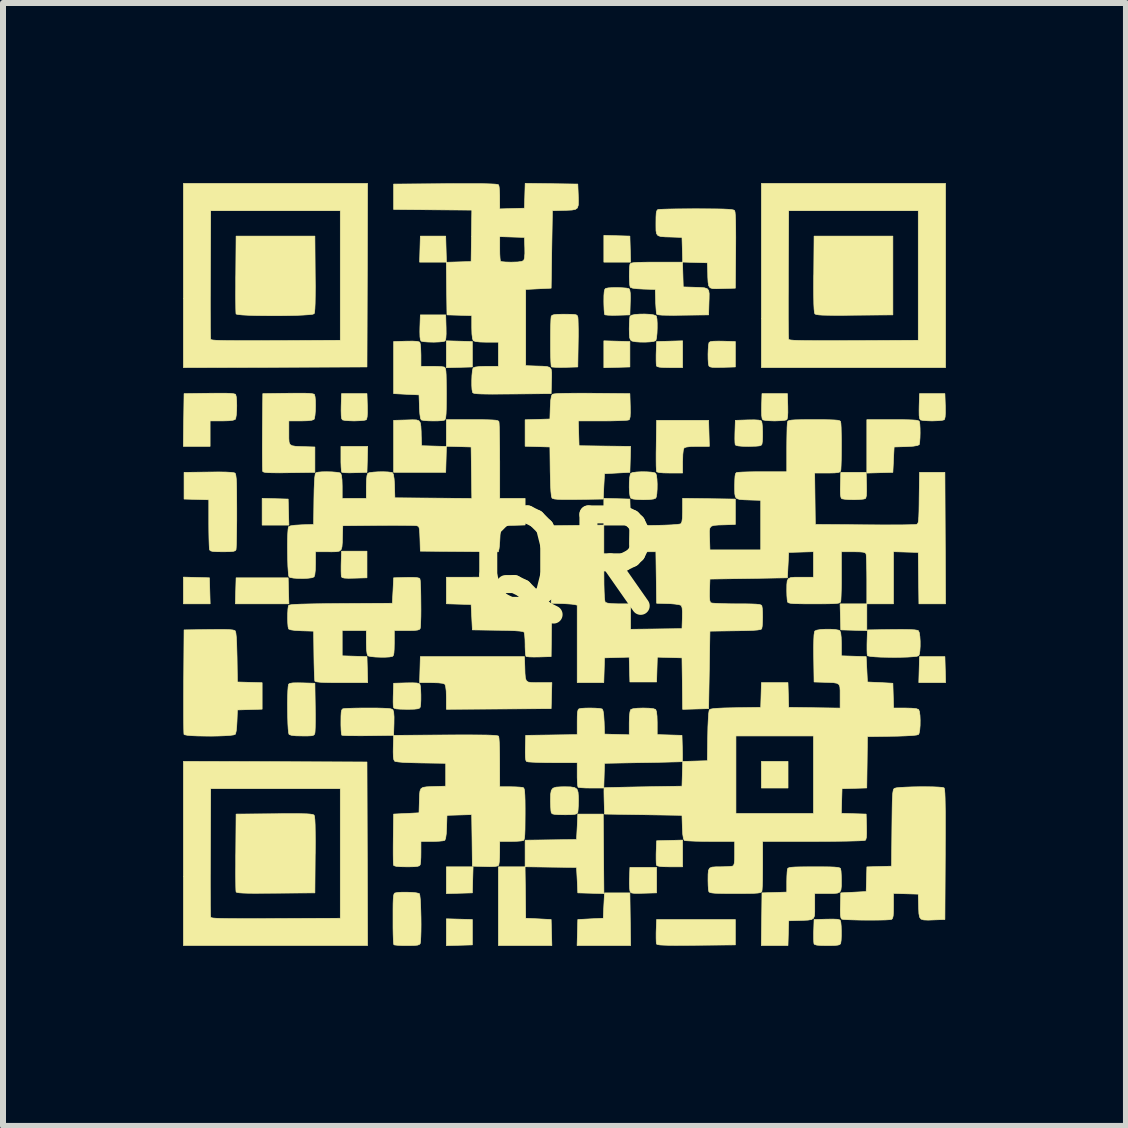
<source format=kicad_pcb>
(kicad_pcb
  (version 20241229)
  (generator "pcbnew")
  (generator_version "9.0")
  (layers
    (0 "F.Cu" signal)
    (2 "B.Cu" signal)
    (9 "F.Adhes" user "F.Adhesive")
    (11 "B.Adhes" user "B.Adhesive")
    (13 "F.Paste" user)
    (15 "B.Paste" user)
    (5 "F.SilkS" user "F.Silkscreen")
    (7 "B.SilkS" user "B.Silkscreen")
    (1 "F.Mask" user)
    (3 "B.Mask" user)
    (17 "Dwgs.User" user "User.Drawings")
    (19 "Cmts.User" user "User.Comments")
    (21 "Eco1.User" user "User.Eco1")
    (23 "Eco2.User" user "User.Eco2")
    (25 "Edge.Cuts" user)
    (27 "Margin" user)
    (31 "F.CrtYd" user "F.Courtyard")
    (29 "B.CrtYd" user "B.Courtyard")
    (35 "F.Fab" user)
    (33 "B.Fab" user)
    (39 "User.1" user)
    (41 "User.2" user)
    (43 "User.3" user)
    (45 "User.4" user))
  (footprint "QR"
    (layer "F.Cu")
    (at 6.356 6.356)
    (property "Reference" "QR" (at 0 0 0) (layer "F.SilkS") (effects (font (size 1.524 1.524) (thickness 0.3))))
    (attr through_hole)
    (fp_poly (pts (xy -4.592 0.656) (xy -5.484 0.656) (xy -5.472 0.222) (xy -4.604 0.222) (xy -4.592 0.656)) (stroke (width 0.01) (type solid)) (fill yes) (layer "F.SilkS"))
    (fp_poly (pts (xy -1.535 5.916) (xy -1.535 6.339) (xy -1.968 6.351) (xy -1.968 5.904) (xy -1.535 5.916)) (stroke (width 0.01) (type solid)) (fill yes) (layer "F.SilkS"))
    (fp_poly (pts (xy -0.656 5.037) (xy -0.656 5.038) (xy -0.657 5.038) (xy -0.657 5.037) (xy -0.656 5.037)) (stroke (width 0.01) (type solid)) (fill yes) (layer "F.SilkS"))
    (fp_poly (pts (xy 1.97 -5.039) (xy 1.97 -5.038) (xy 1.967 -5.038) (xy 1.967 -5.039) (xy 1.97 -5.039)) (stroke (width 0.01) (type solid)) (fill yes) (layer "F.SilkS"))
    (fp_poly (pts (xy 3.725 3.725) (xy 3.281 3.725) (xy 3.281 3.281) (xy 3.725 3.281) (xy 3.725 3.725)) (stroke (width 0.01) (type solid)) (fill yes) (layer "F.SilkS"))
    (fp_poly (pts (xy -6.133 0.216) (xy -5.916 0.222) (xy -5.904 0.656) (xy -6.35 0.656) (xy -6.35 0.21) (xy -6.133 0.216)) (stroke (width 0.01) (type solid)) (fill yes) (layer "F.SilkS"))
    (fp_poly (pts (xy -1.752 -3.721) (xy -1.535 -3.715) (xy -1.535 -3.291) (xy -1.968 -3.279) (xy -1.968 -3.727) (xy -1.752 -3.721)) (stroke (width 0.01) (type solid)) (fill yes) (layer "F.SilkS"))
    (fp_poly (pts (xy -1.529 5.255) (xy -1.535 5.472) (xy -1.968 5.484) (xy -1.968 5.038) (xy -1.523 5.038) (xy -1.529 5.255)) (stroke (width 0.01) (type solid)) (fill yes) (layer "F.SilkS"))
    (fp_poly (pts (xy 5.038 1.102) (xy 4.604 1.09) (xy 4.598 0.873) (xy 4.592 0.656) (xy 5.038 0.656) (xy 5.038 1.102)) (stroke (width 0.01) (type solid)) (fill yes) (layer "F.SilkS"))
    (fp_poly (pts (xy -4.821 -1.096) (xy -4.604 -1.09) (xy -4.598 -0.873) (xy -4.592 -0.656) (xy -5.038 -0.656) (xy -5.038 -1.102) (xy -4.821 -1.096)) (stroke (width 0.01) (type solid)) (fill yes) (layer "F.SilkS"))
    (fp_poly (pts (xy 0.873 -5.478) (xy 1.09 -5.472) (xy 1.096 -5.255) (xy 1.102 -5.038) (xy 0.656 -5.038) (xy 0.656 -5.484) (xy 0.873 -5.478)) (stroke (width 0.01) (type solid)) (fill yes) (layer "F.SilkS"))
    (fp_poly (pts (xy 0.873 -3.721) (xy 1.09 -3.715) (xy 1.09 -3.291) (xy 0.873 -3.285) (xy 0.656 -3.279) (xy 0.656 -3.727) (xy 0.873 -3.721)) (stroke (width 0.01) (type solid)) (fill yes) (layer "F.SilkS"))
    (fp_poly (pts (xy 6.345 1.752) (xy 6.351 1.968) (xy 5.904 1.968) (xy 5.91 1.752) (xy 5.916 1.535) (xy 6.339 1.535) (xy 6.345 1.752)) (stroke (width 0.01) (type solid)) (fill yes) (layer "F.SilkS"))
    (fp_poly (pts (xy -0.651 5.466) (xy -0.646 5.895) (xy -0.434 5.905) (xy -0.222 5.916) (xy -0.216 6.133) (xy -0.21 6.35) (xy -1.101 6.35) (xy -1.101 5.038) (xy -0.657 5.038) (xy -0.651 5.466)) (stroke (width 0.01) (type solid)) (fill yes) (layer "F.SilkS"))
    (fp_poly (pts (xy 1.096 5.911) (xy 1.102 6.35) (xy 0.21 6.35) (xy 0.216 6.133) (xy 0.222 5.916) (xy 0.434 5.905) (xy 0.646 5.895) (xy 0.656 5.683) (xy 0.667 5.472) (xy 1.09 5.472) (xy 1.096 5.911)) (stroke (width 0.01) (type solid)) (fill yes) (layer "F.SilkS"))
    (fp_poly (pts (xy -3.291 -1.535) (xy -3.494 -1.529) (xy -3.582 -1.527) (xy -3.655 -1.529) (xy -3.7 -1.534) (xy -3.711 -1.537) (xy -3.717 -1.564) (xy -3.722 -1.622) (xy -3.725 -1.704) (xy -3.725 -1.76) (xy -3.725 -1.968) (xy -3.279 -1.968) (xy -3.291 -1.535)) (stroke (width 0.01) (type solid)) (fill yes) (layer "F.SilkS"))
    (fp_poly (pts (xy -3.291 0.222) (xy -3.498 0.228) (xy -3.599 0.23) (xy -3.665 0.227) (xy -3.702 0.219) (xy -3.716 0.206) (xy -3.72 0.173) (xy -3.722 0.109) (xy -3.722 0.024) (xy -3.721 -0.023) (xy -3.715 -0.222) (xy -3.291 -0.222) (xy -3.291 0.222)) (stroke (width 0.01) (type solid)) (fill yes) (layer "F.SilkS"))
    (fp_poly (pts (xy 0.657 5.484) (xy 0.44 5.478) (xy 0.222 5.472) (xy 0.212 5.26) (xy 0.201 5.048) (xy -0.228 5.043) (xy -0.656 5.037) (xy -0.656 4.594) (xy 0.201 4.583) (xy 0.212 4.371) (xy 0.222 4.159) (xy 0.646 4.159) (xy 0.657 5.484)) (stroke (width 0.01) (type solid)) (fill yes) (layer "F.SilkS"))
    (fp_poly (pts (xy 1.968 -3.281) (xy 1.756 -3.281) (xy 1.651 -3.283) (xy 1.582 -3.288) (xy 1.544 -3.298) (xy 1.533 -3.309) (xy 1.529 -3.342) (xy 1.527 -3.405) (xy 1.527 -3.489) (xy 1.528 -3.526) (xy 1.535 -3.715) (xy 1.752 -3.721) (xy 1.968 -3.727) (xy 1.968 -3.281)) (stroke (width 0.01) (type solid)) (fill yes) (layer "F.SilkS"))
    (fp_poly (pts (xy 1.968 5.038) (xy 1.756 5.038) (xy 1.651 5.036) (xy 1.582 5.03) (xy 1.544 5.02) (xy 1.533 5.01) (xy 1.529 4.977) (xy 1.527 4.913) (xy 1.527 4.83) (xy 1.528 4.793) (xy 1.535 4.604) (xy 1.752 4.598) (xy 1.968 4.592) (xy 1.968 5.038)) (stroke (width 0.01) (type solid)) (fill yes) (layer "F.SilkS"))
    (fp_poly (pts (xy 1.535 5.472) (xy 1.318 5.478) (xy 1.221 5.48) (xy 1.157 5.479) (xy 1.12 5.474) (xy 1.101 5.463) (xy 1.092 5.444) (xy 1.09 5.435) (xy 1.085 5.391) (xy 1.082 5.319) (xy 1.083 5.234) (xy 1.084 5.218) (xy 1.09 5.048) (xy 1.535 5.048) (xy 1.535 5.472)) (stroke (width 0.01) (type solid)) (fill yes) (layer "F.SilkS"))
    (fp_poly (pts (xy 2.847 6.339) (xy 2.195 6.345) (xy 2.007 6.346) (xy 1.856 6.347) (xy 1.74 6.346) (xy 1.654 6.343) (xy 1.594 6.34) (xy 1.556 6.334) (xy 1.537 6.327) (xy 1.533 6.322) (xy 1.529 6.289) (xy 1.527 6.225) (xy 1.527 6.142) (xy 1.528 6.105) (xy 1.535 5.916) (xy 2.847 5.916) (xy 2.847 6.339)) (stroke (width 0.01) (type solid)) (fill yes) (layer "F.SilkS"))
    (fp_poly (pts (xy -3.285 -2.637) (xy -3.284 -2.53) (xy -3.288 -2.46) (xy -3.297 -2.421) (xy -3.306 -2.41) (xy -3.34 -2.402) (xy -3.403 -2.396) (xy -3.483 -2.393) (xy -3.503 -2.392) (xy -3.586 -2.395) (xy -3.654 -2.4) (xy -3.695 -2.408) (xy -3.7 -2.41) (xy -3.713 -2.432) (xy -3.72 -2.482) (xy -3.722 -2.565) (xy -3.721 -2.637) (xy -3.715 -2.847) (xy -3.291 -2.847) (xy -3.285 -2.637)) (stroke (width 0.01) (type solid)) (fill yes) (layer "F.SilkS"))
    (fp_poly (pts (xy -1.973 -3.949) (xy -1.972 -3.843) (xy -1.976 -3.773) (xy -1.985 -3.733) (xy -1.994 -3.722) (xy -2.027 -3.714) (xy -2.09 -3.708) (xy -2.171 -3.705) (xy -2.191 -3.705) (xy -2.274 -3.707) (xy -2.342 -3.712) (xy -2.383 -3.72) (xy -2.387 -3.722) (xy -2.401 -3.744) (xy -2.408 -3.794) (xy -2.41 -3.877) (xy -2.409 -3.949) (xy -2.402 -4.159) (xy -1.979 -4.159) (xy -1.973 -3.949)) (stroke (width 0.01) (type solid)) (fill yes) (layer "F.SilkS"))
    (fp_poly (pts (xy 2.637 -3.721) (xy 2.847 -3.715) (xy 2.847 -3.291) (xy 2.632 -3.285) (xy 2.533 -3.284) (xy 2.468 -3.285) (xy 2.43 -3.292) (xy 2.41 -3.304) (xy 2.405 -3.314) (xy 2.397 -3.355) (xy 2.393 -3.423) (xy 2.392 -3.504) (xy 2.395 -3.586) (xy 2.4 -3.654) (xy 2.408 -3.695) (xy 2.41 -3.7) (xy 2.432 -3.713) (xy 2.482 -3.72) (xy 2.565 -3.722) (xy 2.637 -3.721)) (stroke (width 0.01) (type solid)) (fill yes) (layer "F.SilkS"))
    (fp_poly (pts (xy 3.721 -2.637) (xy 3.722 -2.53) (xy 3.718 -2.46) (xy 3.709 -2.421) (xy 3.7 -2.41) (xy 3.667 -2.402) (xy 3.604 -2.396) (xy 3.523 -2.393) (xy 3.503 -2.392) (xy 3.42 -2.395) (xy 3.352 -2.4) (xy 3.311 -2.408) (xy 3.306 -2.41) (xy 3.293 -2.432) (xy 3.286 -2.482) (xy 3.284 -2.565) (xy 3.285 -2.637) (xy 3.291 -2.847) (xy 3.715 -2.847) (xy 3.721 -2.637)) (stroke (width 0.01) (type solid)) (fill yes) (layer "F.SilkS"))
    (fp_poly (pts (xy 5.033 -1.325) (xy 5.034 -1.218) (xy 5.031 -1.148) (xy 5.021 -1.109) (xy 5.012 -1.097) (xy 4.979 -1.089) (xy 4.916 -1.083) (xy 4.835 -1.08) (xy 4.815 -1.08) (xy 4.732 -1.082) (xy 4.664 -1.088) (xy 4.623 -1.095) (xy 4.619 -1.097) (xy 4.606 -1.12) (xy 4.598 -1.169) (xy 4.596 -1.252) (xy 4.598 -1.325) (xy 4.604 -1.535) (xy 5.027 -1.535) (xy 5.033 -1.325)) (stroke (width 0.01) (type solid)) (fill yes) (layer "F.SilkS"))
    (fp_poly (pts (xy 5.472 -4.159) (xy 4.834 -4.154) (xy 4.647 -4.152) (xy 4.498 -4.152) (xy 4.384 -4.153) (xy 4.298 -4.155) (xy 4.239 -4.159) (xy 4.2 -4.165) (xy 4.179 -4.172) (xy 4.172 -4.177) (xy 4.165 -4.201) (xy 4.159 -4.255) (xy 4.155 -4.34) (xy 4.153 -4.459) (xy 4.152 -4.615) (xy 4.153 -4.811) (xy 4.154 -4.839) (xy 4.159 -5.472) (xy 5.472 -5.472) (xy 5.472 -4.159)) (stroke (width 0.01) (type solid)) (fill yes) (layer "F.SilkS"))
    (fp_poly (pts (xy 6.346 -2.637) (xy 6.347 -2.53) (xy 6.343 -2.46) (xy 6.334 -2.421) (xy 6.324 -2.41) (xy 6.291 -2.402) (xy 6.228 -2.396) (xy 6.147 -2.393) (xy 6.128 -2.392) (xy 6.045 -2.395) (xy 5.976 -2.4) (xy 5.935 -2.408) (xy 5.931 -2.41) (xy 5.918 -2.432) (xy 5.91 -2.482) (xy 5.909 -2.565) (xy 5.91 -2.637) (xy 5.916 -2.847) (xy 6.339 -2.847) (xy 6.346 -2.637)) (stroke (width 0.01) (type solid)) (fill yes) (layer "F.SilkS"))
    (fp_poly (pts (xy -5.65 -2.854) (xy -5.568 -2.851) (xy -5.515 -2.845) (xy -5.486 -2.838) (xy -5.479 -2.832) (xy -5.469 -2.794) (xy -5.463 -2.728) (xy -5.461 -2.647) (xy -5.463 -2.563) (xy -5.469 -2.488) (xy -5.478 -2.435) (xy -5.486 -2.417) (xy -5.523 -2.404) (xy -5.596 -2.395) (xy -5.703 -2.392) (xy -5.709 -2.392) (xy -5.905 -2.392) (xy -5.905 -1.968) (xy -6.351 -1.968) (xy -6.345 -2.408) (xy -6.339 -2.847) (xy -5.918 -2.853) (xy -5.765 -2.854) (xy -5.65 -2.854)) (stroke (width 0.01) (type solid)) (fill yes) (layer "F.SilkS"))
    (fp_poly (pts (xy -0.661 1.704) (xy -0.658 1.814) (xy -0.652 1.888) (xy -0.637 1.934) (xy -0.607 1.958) (xy -0.556 1.967) (xy -0.477 1.969) (xy -0.422 1.968) (xy -0.21 1.968) (xy -0.222 2.402) (xy -1.095 2.408) (xy -1.968 2.413) (xy -1.968 2.216) (xy -1.971 2.108) (xy -1.98 2.033) (xy -1.993 1.995) (xy -1.994 1.994) (xy -2.03 1.98) (xy -2.104 1.972) (xy -2.211 1.969) (xy -2.217 1.968) (xy -2.414 1.968) (xy -2.408 1.752) (xy -2.402 1.535) (xy -0.667 1.535) (xy -0.661 1.704)) (stroke (width 0.01) (type solid)) (fill yes) (layer "F.SilkS"))
    (fp_poly (pts (xy 2.408 -2.185) (xy 2.414 -1.968) (xy 2.217 -1.968) (xy 2.108 -1.966) (xy 2.033 -1.957) (xy 1.995 -1.944) (xy 1.994 -1.943) (xy 1.98 -1.907) (xy 1.972 -1.833) (xy 1.969 -1.727) (xy 1.968 -1.721) (xy 1.968 -1.524) (xy 1.756 -1.524) (xy 1.649 -1.526) (xy 1.579 -1.532) (xy 1.542 -1.542) (xy 1.533 -1.551) (xy 1.531 -1.58) (xy 1.528 -1.644) (xy 1.527 -1.736) (xy 1.527 -1.85) (xy 1.529 -1.978) (xy 1.529 -1.99) (xy 1.535 -2.402) (xy 2.402 -2.402) (xy 2.408 -2.185)) (stroke (width 0.01) (type solid)) (fill yes) (layer "F.SilkS"))
    (fp_poly (pts (xy 5.617 -2.413) (xy 5.728 -2.411) (xy 5.807 -2.408) (xy 5.86 -2.404) (xy 5.892 -2.397) (xy 5.909 -2.388) (xy 5.914 -2.38) (xy 5.921 -2.339) (xy 5.925 -2.272) (xy 5.926 -2.191) (xy 5.924 -2.11) (xy 5.919 -2.043) (xy 5.912 -2.001) (xy 5.91 -1.996) (xy 5.879 -1.982) (xy 5.811 -1.971) (xy 5.707 -1.965) (xy 5.693 -1.964) (xy 5.493 -1.958) (xy 5.482 -1.746) (xy 5.472 -1.535) (xy 5.255 -1.529) (xy 5.038 -1.523) (xy 5.038 -2.413) (xy 5.469 -2.413) (xy 5.617 -2.413)) (stroke (width 0.01) (type solid)) (fill yes) (layer "F.SilkS"))
    (fp_poly (pts (xy -2.46 1.975) (xy -2.421 1.985) (xy -2.41 1.994) (xy -2.401 2.028) (xy -2.396 2.092) (xy -2.393 2.171) (xy -2.393 2.253) (xy -2.396 2.325) (xy -2.403 2.373) (xy -2.405 2.38) (xy -2.418 2.395) (xy -2.449 2.405) (xy -2.504 2.411) (xy -2.591 2.413) (xy -2.628 2.413) (xy -2.732 2.411) (xy -2.801 2.406) (xy -2.838 2.395) (xy -2.848 2.385) (xy -2.853 2.352) (xy -2.855 2.288) (xy -2.854 2.205) (xy -2.853 2.168) (xy -2.847 1.979) (xy -2.637 1.973) (xy -2.53 1.972) (xy -2.46 1.975)) (stroke (width 0.01) (type solid)) (fill yes) (layer "F.SilkS"))
    (fp_poly (pts (xy 0.961 -4.611) (xy 1.029 -4.606) (xy 1.071 -4.598) (xy 1.075 -4.596) (xy 1.088 -4.574) (xy 1.096 -4.524) (xy 1.098 -4.442) (xy 1.096 -4.369) (xy 1.09 -4.159) (xy 0.888 -4.153) (xy 0.799 -4.152) (xy 0.727 -4.154) (xy 0.681 -4.159) (xy 0.671 -4.162) (xy 0.665 -4.188) (xy 0.66 -4.247) (xy 0.657 -4.328) (xy 0.656 -4.383) (xy 0.657 -4.481) (xy 0.662 -4.545) (xy 0.671 -4.582) (xy 0.685 -4.599) (xy 0.69 -4.601) (xy 0.731 -4.609) (xy 0.799 -4.613) (xy 0.88 -4.614) (xy 0.961 -4.611)) (stroke (width 0.01) (type solid)) (fill yes) (layer "F.SilkS"))
    (fp_poly (pts (xy 3.234 -2.406) (xy 3.273 -2.397) (xy 3.284 -2.387) (xy 3.292 -2.353) (xy 3.298 -2.29) (xy 3.301 -2.211) (xy 3.301 -2.128) (xy 3.298 -2.057) (xy 3.291 -2.008) (xy 3.289 -2.002) (xy 3.276 -1.986) (xy 3.245 -1.976) (xy 3.19 -1.971) (xy 3.103 -1.969) (xy 3.066 -1.968) (xy 2.961 -1.97) (xy 2.893 -1.976) (xy 2.856 -1.986) (xy 2.845 -1.997) (xy 2.841 -2.029) (xy 2.839 -2.093) (xy 2.84 -2.176) (xy 2.841 -2.214) (xy 2.847 -2.402) (xy 3.057 -2.409) (xy 3.163 -2.41) (xy 3.234 -2.406)) (stroke (width 0.01) (type solid)) (fill yes) (layer "F.SilkS"))
    (fp_poly (pts (xy 4.546 5.912) (xy 4.585 5.922) (xy 4.596 5.931) (xy 4.605 5.965) (xy 4.611 6.029) (xy 4.613 6.108) (xy 4.613 6.19) (xy 4.61 6.262) (xy 4.603 6.31) (xy 4.601 6.317) (xy 4.588 6.332) (xy 4.558 6.342) (xy 4.502 6.348) (xy 4.415 6.35) (xy 4.379 6.35) (xy 4.274 6.348) (xy 4.205 6.343) (xy 4.168 6.332) (xy 4.158 6.322) (xy 4.154 6.289) (xy 4.152 6.225) (xy 4.152 6.142) (xy 4.153 6.105) (xy 4.159 5.916) (xy 4.369 5.91) (xy 4.476 5.909) (xy 4.546 5.912)) (stroke (width 0.01) (type solid)) (fill yes) (layer "F.SilkS"))
    (fp_poly (pts (xy 1.369 -1.544) (xy 1.445 -1.539) (xy 1.501 -1.529) (xy 1.52 -1.52) (xy 1.533 -1.485) (xy 1.541 -1.422) (xy 1.545 -1.341) (xy 1.544 -1.256) (xy 1.539 -1.18) (xy 1.529 -1.124) (xy 1.52 -1.105) (xy 1.484 -1.091) (xy 1.412 -1.082) (xy 1.312 -1.079) (xy 1.211 -1.083) (xy 1.14 -1.091) (xy 1.105 -1.105) (xy 1.092 -1.139) (xy 1.083 -1.203) (xy 1.079 -1.284) (xy 1.08 -1.369) (xy 1.086 -1.445) (xy 1.096 -1.501) (xy 1.105 -1.52) (xy 1.139 -1.533) (xy 1.203 -1.541) (xy 1.284 -1.545) (xy 1.369 -1.544)) (stroke (width 0.01) (type solid)) (fill yes) (layer "F.SilkS"))
    (fp_poly (pts (xy 5.746 1.085) (xy 5.833 1.089) (xy 5.883 1.097) (xy 5.897 1.103) (xy 5.912 1.136) (xy 5.922 1.199) (xy 5.927 1.279) (xy 5.927 1.363) (xy 5.922 1.441) (xy 5.912 1.498) (xy 5.901 1.52) (xy 5.871 1.53) (xy 5.808 1.537) (xy 5.72 1.543) (xy 5.614 1.546) (xy 5.498 1.547) (xy 5.381 1.546) (xy 5.271 1.544) (xy 5.174 1.539) (xy 5.1 1.532) (xy 5.056 1.523) (xy 5.047 1.517) (xy 5.043 1.485) (xy 5.041 1.421) (xy 5.041 1.337) (xy 5.042 1.29) (xy 5.048 1.09) (xy 5.458 1.084) (xy 5.622 1.083) (xy 5.746 1.085)) (stroke (width 0.01) (type solid)) (fill yes) (layer "F.SilkS"))
    (fp_poly (pts (xy 0.102 3.706) (xy 0.168 3.717) (xy 0.208 3.743) (xy 0.226 3.792) (xy 0.232 3.87) (xy 0.233 3.925) (xy 0.231 4.012) (xy 0.227 4.084) (xy 0.222 4.13) (xy 0.22 4.136) (xy 0.207 4.152) (xy 0.176 4.162) (xy 0.12 4.168) (xy 0.032 4.17) (xy 0 4.17) (xy -0.099 4.169) (xy -0.163 4.164) (xy -0.2 4.156) (xy -0.217 4.141) (xy -0.22 4.136) (xy -0.226 4.1) (xy -0.23 4.035) (xy -0.233 3.951) (xy -0.233 3.925) (xy -0.231 3.829) (xy -0.22 3.765) (xy -0.192 3.728) (xy -0.14 3.71) (xy -0.058 3.705) (xy 0 3.704) (xy 0.102 3.706)) (stroke (width 0.01) (type solid)) (fill yes) (layer "F.SilkS"))
    (fp_poly (pts (xy 1.419 -4.169) (xy 1.486 -4.159) (xy 1.526 -4.144) (xy 1.532 -4.136) (xy 1.541 -4.091) (xy 1.545 -4.021) (xy 1.545 -3.938) (xy 1.542 -3.855) (xy 1.535 -3.785) (xy 1.525 -3.739) (xy 1.52 -3.73) (xy 1.486 -3.717) (xy 1.423 -3.709) (xy 1.343 -3.705) (xy 1.259 -3.706) (xy 1.184 -3.711) (xy 1.129 -3.722) (xy 1.117 -3.727) (xy 1.098 -3.745) (xy 1.086 -3.779) (xy 1.081 -3.836) (xy 1.079 -3.926) (xy 1.081 -4.012) (xy 1.085 -4.084) (xy 1.091 -4.13) (xy 1.092 -4.136) (xy 1.119 -4.154) (xy 1.177 -4.166) (xy 1.253 -4.172) (xy 1.338 -4.173) (xy 1.419 -4.169)) (stroke (width 0.01) (type solid)) (fill yes) (layer "F.SilkS"))
    (fp_poly (pts (xy 6.35 -3.281) (xy 3.281 -3.281) (xy 3.281 -4.254) (xy 3.729 -4.254) (xy 3.729 -4.095) (xy 3.73 -3.962) (xy 3.731 -3.858) (xy 3.733 -3.787) (xy 3.735 -3.753) (xy 3.735 -3.752) (xy 3.746 -3.745) (xy 3.774 -3.74) (xy 3.824 -3.736) (xy 3.897 -3.733) (xy 3.997 -3.731) (xy 4.126 -3.73) (xy 4.288 -3.729) (xy 4.485 -3.729) (xy 4.721 -3.73) (xy 4.82 -3.73) (xy 5.895 -3.736) (xy 5.895 -5.895) (xy 3.736 -5.895) (xy 3.73 -4.837) (xy 3.73 -4.628) (xy 3.729 -4.433) (xy 3.729 -4.254) (xy 3.281 -4.254) (xy 3.281 -6.35) (xy 6.35 -6.35) (xy 6.35 -3.281)) (stroke (width 0.01) (type solid)) (fill yes) (layer "F.SilkS"))
    (fp_poly (pts (xy -4.821 3.286) (xy -3.291 3.291) (xy -3.281 6.35) (xy -6.35 6.35) (xy -6.35 5.377) (xy -5.902 5.377) (xy -5.901 5.536) (xy -5.901 5.669) (xy -5.899 5.773) (xy -5.898 5.844) (xy -5.896 5.877) (xy -5.896 5.879) (xy -5.885 5.885) (xy -5.857 5.891) (xy -5.807 5.895) (xy -5.734 5.898) (xy -5.634 5.9) (xy -5.505 5.901) (xy -5.343 5.902) (xy -5.145 5.902) (xy -4.91 5.901) (xy -4.811 5.9) (xy -3.736 5.895) (xy -3.736 3.736) (xy -5.895 3.736) (xy -5.9 4.794) (xy -5.901 5.003) (xy -5.902 5.198) (xy -5.902 5.377) (xy -6.35 5.377) (xy -6.35 3.281) (xy -4.821 3.286)) (stroke (width 0.01) (type solid)) (fill yes) (layer "F.SilkS"))
    (fp_poly (pts (xy -4.369 1.973) (xy -4.159 1.979) (xy -4.153 2.371) (xy -4.152 2.498) (xy -4.152 2.614) (xy -4.153 2.709) (xy -4.156 2.778) (xy -4.159 2.81) (xy -4.167 2.832) (xy -4.184 2.846) (xy -4.217 2.854) (xy -4.276 2.857) (xy -4.367 2.857) (xy -4.475 2.855) (xy -4.55 2.846) (xy -4.588 2.833) (xy -4.589 2.832) (xy -4.597 2.804) (xy -4.604 2.741) (xy -4.609 2.653) (xy -4.612 2.546) (xy -4.614 2.431) (xy -4.615 2.314) (xy -4.613 2.204) (xy -4.61 2.109) (xy -4.605 2.038) (xy -4.598 1.998) (xy -4.596 1.994) (xy -4.574 1.981) (xy -4.524 1.973) (xy -4.442 1.972) (xy -4.369 1.973)) (stroke (width 0.01) (type solid)) (fill yes) (layer "F.SilkS"))
    (fp_poly (pts (xy -4.154 -4.839) (xy -4.152 -4.637) (xy -4.153 -4.475) (xy -4.155 -4.35) (xy -4.159 -4.26) (xy -4.164 -4.204) (xy -4.172 -4.178) (xy -4.172 -4.178) (xy -4.2 -4.169) (xy -4.262 -4.162) (xy -4.354 -4.156) (xy -4.469 -4.151) (xy -4.599 -4.148) (xy -4.74 -4.146) (xy -4.884 -4.146) (xy -5.026 -4.147) (xy -5.158 -4.149) (xy -5.275 -4.153) (xy -5.371 -4.158) (xy -5.438 -4.165) (xy -5.471 -4.173) (xy -5.473 -4.175) (xy -5.475 -4.203) (xy -5.477 -4.267) (xy -5.478 -4.362) (xy -5.479 -4.483) (xy -5.478 -4.625) (xy -5.478 -4.782) (xy -5.477 -4.837) (xy -5.472 -5.472) (xy -4.159 -5.472) (xy -4.154 -4.839)) (stroke (width 0.01) (type solid)) (fill yes) (layer "F.SilkS"))
    (fp_poly (pts (xy -3.127 2.392) (xy -3.02 2.395) (xy -2.944 2.399) (xy -2.895 2.405) (xy -2.868 2.415) (xy -2.859 2.421) (xy -2.846 2.461) (xy -2.84 2.539) (xy -2.841 2.649) (xy -2.847 2.847) (xy -3.272 2.853) (xy -3.402 2.854) (xy -3.517 2.853) (xy -3.611 2.852) (xy -3.677 2.849) (xy -3.709 2.845) (xy -3.711 2.844) (xy -3.717 2.818) (xy -3.722 2.759) (xy -3.725 2.678) (xy -3.725 2.623) (xy -3.724 2.525) (xy -3.72 2.461) (xy -3.711 2.424) (xy -3.697 2.407) (xy -3.692 2.405) (xy -3.661 2.401) (xy -3.595 2.397) (xy -3.501 2.394) (xy -3.387 2.392) (xy -3.271 2.392) (xy -3.127 2.392)) (stroke (width 0.01) (type solid)) (fill yes) (layer "F.SilkS"))
    (fp_poly (pts (xy -3.286 -4.821) (xy -3.291 -3.291) (xy -4.821 -3.286) (xy -6.35 -3.281) (xy -6.35 -4.254) (xy -5.902 -4.254) (xy -5.901 -4.095) (xy -5.901 -3.962) (xy -5.899 -3.858) (xy -5.898 -3.787) (xy -5.896 -3.753) (xy -5.896 -3.752) (xy -5.885 -3.745) (xy -5.857 -3.74) (xy -5.807 -3.736) (xy -5.734 -3.733) (xy -5.634 -3.731) (xy -5.505 -3.73) (xy -5.343 -3.729) (xy -5.145 -3.729) (xy -4.91 -3.73) (xy -4.811 -3.73) (xy -3.736 -3.736) (xy -3.736 -5.895) (xy -5.895 -5.895) (xy -5.9 -4.837) (xy -5.901 -4.628) (xy -5.902 -4.433) (xy -5.902 -4.254) (xy -6.35 -4.254) (xy -6.35 -6.35) (xy -3.281 -6.35) (xy -3.286 -4.821)) (stroke (width 0.01) (type solid)) (fill yes) (layer "F.SilkS"))
    (fp_poly (pts (xy 0.098 -4.169) (xy 0.159 -4.166) (xy 0.195 -4.16) (xy 0.213 -4.147) (xy 0.221 -4.127) (xy 0.223 -4.122) (xy 0.226 -4.086) (xy 0.228 -4.016) (xy 0.23 -3.919) (xy 0.23 -3.802) (xy 0.228 -3.683) (xy 0.222 -3.291) (xy 0.01 -3.285) (xy -0.082 -3.284) (xy -0.156 -3.286) (xy -0.205 -3.29) (xy -0.218 -3.294) (xy -0.223 -3.319) (xy -0.227 -3.379) (xy -0.23 -3.464) (xy -0.232 -3.568) (xy -0.232 -3.683) (xy -0.232 -3.799) (xy -0.231 -3.91) (xy -0.229 -4.007) (xy -0.226 -4.083) (xy -0.222 -4.129) (xy -0.22 -4.136) (xy -0.207 -4.152) (xy -0.176 -4.162) (xy -0.121 -4.168) (xy -0.033 -4.17) (xy 0.002 -4.17) (xy 0.098 -4.169)) (stroke (width 0.01) (type solid)) (fill yes) (layer "F.SilkS"))
    (fp_poly (pts (xy -4.384 4.153) (xy -4.298 4.155) (xy -4.239 4.159) (xy -4.2 4.165) (xy -4.179 4.172) (xy -4.172 4.177) (xy -4.165 4.201) (xy -4.159 4.255) (xy -4.155 4.34) (xy -4.153 4.459) (xy -4.152 4.615) (xy -4.153 4.811) (xy -4.154 4.839) (xy -4.159 5.472) (xy -4.811 5.477) (xy -5.002 5.478) (xy -5.155 5.479) (xy -5.273 5.478) (xy -5.36 5.475) (xy -5.419 5.471) (xy -5.455 5.465) (xy -5.471 5.458) (xy -5.472 5.456) (xy -5.475 5.428) (xy -5.477 5.364) (xy -5.478 5.269) (xy -5.479 5.147) (xy -5.478 5.005) (xy -5.478 4.849) (xy -5.477 4.794) (xy -5.472 4.159) (xy -4.834 4.154) (xy -4.647 4.152) (xy -4.498 4.152) (xy -4.384 4.153)) (stroke (width 0.01) (type solid)) (fill yes) (layer "F.SilkS"))
    (fp_poly (pts (xy -5.641 -1.54) (xy -5.555 -1.535) (xy -5.505 -1.528) (xy -5.49 -1.522) (xy -5.481 -1.507) (xy -5.475 -1.477) (xy -5.469 -1.426) (xy -5.465 -1.351) (xy -5.463 -1.247) (xy -5.462 -1.11) (xy -5.461 -0.937) (xy -5.461 -0.888) (xy -5.461 -0.73) (xy -5.463 -0.585) (xy -5.465 -0.459) (xy -5.467 -0.357) (xy -5.47 -0.285) (xy -5.473 -0.248) (xy -5.474 -0.245) (xy -5.487 -0.229) (xy -5.518 -0.219) (xy -5.574 -0.214) (xy -5.662 -0.212) (xy -5.694 -0.212) (xy -5.793 -0.213) (xy -5.857 -0.217) (xy -5.894 -0.226) (xy -5.911 -0.24) (xy -5.914 -0.245) (xy -5.918 -0.276) (xy -5.921 -0.342) (xy -5.924 -0.436) (xy -5.926 -0.55) (xy -5.927 -0.678) (xy -5.927 -1.078) (xy -6.339 -1.09) (xy -6.339 -1.535) (xy -5.929 -1.54) (xy -5.765 -1.542) (xy -5.641 -1.54)) (stroke (width 0.01) (type solid)) (fill yes) (layer "F.SilkS"))
    (fp_poly (pts (xy -1.272 0.211) (xy -1.191 0.215) (xy -1.137 0.226) (xy -1.103 0.247) (xy -1.085 0.281) (xy -1.078 0.331) (xy -1.076 0.4) (xy -1.074 0.476) (xy -1.069 0.646) (xy -0.211 0.657) (xy -0.217 1.096) (xy -0.222 1.535) (xy -0.424 1.541) (xy -0.513 1.542) (xy -0.585 1.54) (xy -0.631 1.535) (xy -0.641 1.532) (xy -0.648 1.505) (xy -0.653 1.447) (xy -0.656 1.368) (xy -0.656 1.335) (xy -0.658 1.249) (xy -0.663 1.179) (xy -0.671 1.135) (xy -0.673 1.128) (xy -0.694 1.118) (xy -0.742 1.11) (xy -0.823 1.104) (xy -0.939 1.099) (xy -1.093 1.096) (xy -1.112 1.096) (xy -1.535 1.09) (xy -1.545 0.878) (xy -1.556 0.667) (xy -1.762 0.661) (xy -1.968 0.655) (xy -1.968 0.212) (xy -1.535 0.212) (xy -1.385 0.211) (xy -1.272 0.211)) (stroke (width 0.01) (type solid)) (fill yes) (layer "F.SilkS"))
    (fp_poly (pts (xy -2.543 5.464) (xy -2.472 5.471) (xy -2.426 5.481) (xy -2.417 5.486) (xy -2.41 5.514) (xy -2.403 5.576) (xy -2.398 5.664) (xy -2.394 5.77) (xy -2.391 5.885) (xy -2.39 6.001) (xy -2.391 6.111) (xy -2.394 6.205) (xy -2.398 6.276) (xy -2.404 6.316) (xy -2.405 6.317) (xy -2.418 6.332) (xy -2.449 6.343) (xy -2.505 6.348) (xy -2.594 6.35) (xy -2.623 6.35) (xy -2.713 6.349) (xy -2.786 6.345) (xy -2.832 6.34) (xy -2.843 6.336) (xy -2.848 6.311) (xy -2.852 6.251) (xy -2.855 6.162) (xy -2.857 6.05) (xy -2.857 5.923) (xy -2.857 5.904) (xy -2.857 5.759) (xy -2.856 5.651) (xy -2.853 5.574) (xy -2.848 5.523) (xy -2.841 5.493) (xy -2.831 5.478) (xy -2.824 5.474) (xy -2.779 5.465) (xy -2.708 5.461) (xy -2.626 5.461) (xy -2.543 5.464)) (stroke (width 0.01) (type solid)) (fill yes) (layer "F.SilkS"))
    (fp_poly (pts (xy -5.662 1.083) (xy -5.581 1.086) (xy -5.528 1.091) (xy -5.497 1.099) (xy -5.486 1.107) (xy -5.476 1.14) (xy -5.468 1.213) (xy -5.462 1.324) (xy -5.458 1.47) (xy -5.456 1.547) (xy -5.45 1.958) (xy -5.038 1.97) (xy -5.038 2.411) (xy -5.45 2.424) (xy -5.457 2.613) (xy -5.462 2.701) (xy -5.47 2.774) (xy -5.481 2.821) (xy -5.486 2.83) (xy -5.514 2.84) (xy -5.576 2.848) (xy -5.664 2.854) (xy -5.769 2.858) (xy -5.884 2.86) (xy -6.001 2.859) (xy -6.112 2.857) (xy -6.209 2.853) (xy -6.285 2.846) (xy -6.33 2.837) (xy -6.34 2.831) (xy -6.342 2.805) (xy -6.344 2.741) (xy -6.345 2.644) (xy -6.346 2.518) (xy -6.346 2.369) (xy -6.346 2.2) (xy -6.345 2.018) (xy -6.345 1.947) (xy -6.339 1.09) (xy -5.924 1.084) (xy -5.774 1.083) (xy -5.662 1.083)) (stroke (width 0.01) (type solid)) (fill yes) (layer "F.SilkS"))
    (fp_poly (pts (xy 1.973 -4.832) (xy 1.979 -4.625) (xy 2.148 -4.62) (xy 2.259 -4.616) (xy 2.333 -4.61) (xy 2.379 -4.595) (xy 2.403 -4.565) (xy 2.411 -4.514) (xy 2.41 -4.434) (xy 2.408 -4.376) (xy 2.402 -4.159) (xy 1.973 -4.154) (xy 1.82 -4.152) (xy 1.705 -4.153) (xy 1.623 -4.155) (xy 1.571 -4.16) (xy 1.542 -4.167) (xy 1.534 -4.175) (xy 1.53 -4.207) (xy 1.525 -4.27) (xy 1.52 -4.353) (xy 1.519 -4.392) (xy 1.513 -4.583) (xy 1.313 -4.589) (xy 1.206 -4.595) (xy 1.133 -4.605) (xy 1.098 -4.619) (xy 1.096 -4.62) (xy 1.088 -4.654) (xy 1.083 -4.717) (xy 1.08 -4.796) (xy 1.081 -4.877) (xy 1.084 -4.949) (xy 1.09 -4.997) (xy 1.092 -5.004) (xy 1.101 -5.016) (xy 1.122 -5.024) (xy 1.161 -5.03) (xy 1.221 -5.034) (xy 1.31 -5.036) (xy 1.432 -5.038) (xy 1.538 -5.038) (xy 1.967 -5.038) (xy 1.973 -4.832)) (stroke (width 0.01) (type solid)) (fill yes) (layer "F.SilkS"))
    (fp_poly (pts (xy -4.337 -2.854) (xy -4.255 -2.851) (xy -4.202 -2.845) (xy -4.174 -2.838) (xy -4.166 -2.832) (xy -4.156 -2.794) (xy -4.15 -2.728) (xy -4.149 -2.647) (xy -4.151 -2.563) (xy -4.157 -2.488) (xy -4.166 -2.435) (xy -4.174 -2.417) (xy -4.21 -2.404) (xy -4.284 -2.395) (xy -4.391 -2.392) (xy -4.396 -2.392) (xy -4.593 -2.392) (xy -4.593 -2.191) (xy -4.593 -2.1) (xy -4.589 -2.038) (xy -4.573 -2) (xy -4.539 -1.979) (xy -4.479 -1.969) (xy -4.388 -1.965) (xy -4.329 -1.963) (xy -4.159 -1.958) (xy -4.159 -1.535) (xy -4.588 -1.529) (xy -4.741 -1.527) (xy -4.856 -1.528) (xy -4.938 -1.53) (xy -4.991 -1.535) (xy -5.019 -1.543) (xy -5.028 -1.55) (xy -5.03 -1.578) (xy -5.032 -1.642) (xy -5.033 -1.737) (xy -5.034 -1.859) (xy -5.034 -2.001) (xy -5.033 -2.158) (xy -5.033 -2.212) (xy -5.027 -2.847) (xy -4.605 -2.853) (xy -4.452 -2.854) (xy -4.337 -2.854)) (stroke (width 0.01) (type solid)) (fill yes) (layer "F.SilkS"))
    (fp_poly (pts (xy -2.46 -3.718) (xy -2.421 -3.709) (xy -2.41 -3.7) (xy -2.402 -3.667) (xy -2.396 -3.604) (xy -2.393 -3.521) (xy -2.392 -3.487) (xy -2.392 -3.302) (xy -2.214 -3.302) (xy -2.127 -3.301) (xy -2.055 -3.297) (xy -2.009 -3.291) (xy -2.002 -3.289) (xy -1.991 -3.28) (xy -1.982 -3.259) (xy -1.976 -3.221) (xy -1.972 -3.16) (xy -1.97 -3.071) (xy -1.969 -2.949) (xy -1.968 -2.847) (xy -1.969 -2.7) (xy -1.97 -2.589) (xy -1.973 -2.51) (xy -1.978 -2.458) (xy -1.985 -2.426) (xy -1.994 -2.41) (xy -2.002 -2.405) (xy -2.043 -2.397) (xy -2.11 -2.393) (xy -2.19 -2.392) (xy -2.271 -2.394) (xy -2.339 -2.399) (xy -2.381 -2.407) (xy -2.386 -2.409) (xy -2.4 -2.439) (xy -2.41 -2.508) (xy -2.417 -2.611) (xy -2.417 -2.625) (xy -2.424 -2.826) (xy -2.635 -2.836) (xy -2.847 -2.847) (xy -2.847 -3.715) (xy -2.637 -3.721) (xy -2.53 -3.722) (xy -2.46 -3.718)) (stroke (width 0.01) (type solid)) (fill yes) (layer "F.SilkS"))
    (fp_poly (pts (xy 4.307 5.038) (xy 4.417 5.039) (xy 4.496 5.042) (xy 4.548 5.047) (xy 4.58 5.054) (xy 4.597 5.063) (xy 4.601 5.071) (xy 4.608 5.108) (xy 4.612 5.174) (xy 4.614 5.254) (xy 4.614 5.26) (xy 4.614 5.357) (xy 4.607 5.42) (xy 4.588 5.458) (xy 4.548 5.476) (xy 4.48 5.482) (xy 4.379 5.482) (xy 4.17 5.482) (xy 4.17 5.693) (xy 4.17 5.789) (xy 4.166 5.854) (xy 4.15 5.894) (xy 4.116 5.916) (xy 4.058 5.926) (xy 3.968 5.93) (xy 3.905 5.932) (xy 3.736 5.937) (xy 3.724 6.35) (xy 3.28 6.35) (xy 3.286 5.911) (xy 3.291 5.472) (xy 3.704 5.459) (xy 3.704 5.282) (xy 3.706 5.196) (xy 3.71 5.124) (xy 3.715 5.078) (xy 3.717 5.071) (xy 3.726 5.06) (xy 3.747 5.051) (xy 3.785 5.045) (xy 3.846 5.041) (xy 3.935 5.039) (xy 4.058 5.038) (xy 4.159 5.038) (xy 4.307 5.038)) (stroke (width 0.01) (type solid)) (fill yes) (layer "F.SilkS"))
    (fp_poly (pts (xy 0.458 -2.853) (xy 1.09 -2.847) (xy 1.096 -2.637) (xy 1.097 -2.53) (xy 1.094 -2.46) (xy 1.084 -2.421) (xy 1.075 -2.41) (xy 1.046 -2.404) (xy 0.982 -2.4) (xy 0.89 -2.396) (xy 0.776 -2.393) (xy 0.648 -2.392) (xy 0.64 -2.392) (xy 0.231 -2.392) (xy 0.243 -1.979) (xy 0.673 -1.973) (xy 1.102 -1.968) (xy 1.096 -1.751) (xy 1.09 -1.535) (xy 0.878 -1.524) (xy 0.667 -1.513) (xy 0.656 -1.302) (xy 0.646 -1.09) (xy 0.23 -1.084) (xy 0.081 -1.083) (xy -0.032 -1.083) (xy -0.112 -1.086) (xy -0.165 -1.091) (xy -0.196 -1.099) (xy -0.208 -1.107) (xy -0.218 -1.14) (xy -0.226 -1.213) (xy -0.232 -1.324) (xy -0.236 -1.47) (xy -0.238 -1.547) (xy -0.243 -1.958) (xy -0.656 -1.97) (xy -0.656 -2.411) (xy -0.243 -2.424) (xy -0.237 -2.617) (xy -0.23 -2.732) (xy -0.218 -2.805) (xy -0.203 -2.835) (xy -0.176 -2.842) (xy -0.115 -2.848) (xy -0.019 -2.851) (xy 0.116 -2.853) (xy 0.289 -2.854) (xy 0.458 -2.853)) (stroke (width 0.01) (type solid)) (fill yes) (layer "F.SilkS"))
    (fp_poly (pts (xy 2.384 -5.926) (xy 2.53 -5.925) (xy 2.641 -5.923) (xy 2.723 -5.919) (xy 2.779 -5.914) (xy 2.814 -5.908) (xy 2.832 -5.9) (xy 2.834 -5.898) (xy 2.842 -5.873) (xy 2.847 -5.818) (xy 2.851 -5.73) (xy 2.853 -5.606) (xy 2.854 -5.446) (xy 2.853 -5.245) (xy 2.853 -5.236) (xy 2.847 -4.604) (xy 2.631 -4.598) (xy 2.533 -4.595) (xy 2.467 -4.597) (xy 2.426 -4.611) (xy 2.403 -4.644) (xy 2.393 -4.702) (xy 2.388 -4.791) (xy 2.387 -4.858) (xy 2.381 -5.027) (xy 2.174 -5.033) (xy 1.97 -5.039) (xy 1.958 -5.45) (xy 1.789 -5.456) (xy 1.679 -5.459) (xy 1.605 -5.465) (xy 1.559 -5.48) (xy 1.535 -5.51) (xy 1.525 -5.561) (xy 1.524 -5.639) (xy 1.524 -5.692) (xy 1.525 -5.791) (xy 1.529 -5.856) (xy 1.538 -5.893) (xy 1.552 -5.911) (xy 1.557 -5.914) (xy 1.587 -5.917) (xy 1.652 -5.92) (xy 1.749 -5.923) (xy 1.871 -5.925) (xy 2.013 -5.926) (xy 2.169 -5.927) (xy 2.2 -5.927) (xy 2.384 -5.926)) (stroke (width 0.01) (type solid)) (fill yes) (layer "F.SilkS"))
    (fp_poly (pts (xy 6.135 3.705) (xy 6.227 3.709) (xy 6.292 3.714) (xy 6.324 3.722) (xy 6.33 3.734) (xy 6.335 3.764) (xy 6.339 3.816) (xy 6.342 3.891) (xy 6.344 3.992) (xy 6.346 4.124) (xy 6.346 4.288) (xy 6.346 4.487) (xy 6.345 4.725) (xy 6.345 4.827) (xy 6.339 5.916) (xy 6.17 5.922) (xy 6.061 5.926) (xy 5.987 5.923) (xy 5.941 5.909) (xy 5.917 5.876) (xy 5.906 5.819) (xy 5.902 5.733) (xy 5.901 5.699) (xy 5.895 5.493) (xy 5.689 5.487) (xy 5.482 5.481) (xy 5.482 5.691) (xy 5.481 5.79) (xy 5.477 5.855) (xy 5.468 5.893) (xy 5.454 5.911) (xy 5.449 5.914) (xy 5.414 5.919) (xy 5.347 5.923) (xy 5.256 5.925) (xy 5.147 5.926) (xy 5.031 5.926) (xy 4.915 5.925) (xy 4.808 5.922) (xy 4.717 5.919) (xy 4.652 5.915) (xy 4.62 5.909) (xy 4.619 5.909) (xy 4.606 5.886) (xy 4.598 5.837) (xy 4.596 5.754) (xy 4.598 5.681) (xy 4.604 5.472) (xy 4.815 5.461) (xy 5.027 5.45) (xy 5.033 5.245) (xy 5.039 5.039) (xy 5.245 5.033) (xy 5.45 5.027) (xy 5.456 4.392) (xy 5.458 4.21) (xy 5.46 4.065) (xy 5.462 3.953) (xy 5.466 3.871) (xy 5.47 3.812) (xy 5.476 3.773) (xy 5.483 3.748) (xy 5.493 3.734) (xy 5.497 3.731) (xy 5.529 3.722) (xy 5.595 3.715) (xy 5.686 3.71) (xy 5.794 3.706) (xy 5.911 3.704) (xy 6.027 3.704) (xy 6.135 3.705)) (stroke (width 0.01) (type solid)) (fill yes) (layer "F.SilkS"))
    (fp_poly (pts (xy 1.413 2.395) (xy 1.485 2.404) (xy 1.52 2.417) (xy 1.533 2.453) (xy 1.542 2.527) (xy 1.545 2.633) (xy 1.545 2.639) (xy 1.545 2.835) (xy 1.958 2.847) (xy 1.964 3.064) (xy 1.966 3.155) (xy 1.966 3.227) (xy 1.965 3.274) (xy 1.964 3.285) (xy 1.942 3.287) (xy 1.883 3.289) (xy 1.792 3.291) (xy 1.675 3.294) (xy 1.535 3.297) (xy 1.38 3.3) (xy 1.312 3.301) (xy 0.667 3.313) (xy 0.661 3.519) (xy 0.655 3.725) (xy 0.447 3.725) (xy 0.357 3.724) (xy 0.284 3.72) (xy 0.237 3.715) (xy 0.226 3.711) (xy 0.22 3.685) (xy 0.215 3.627) (xy 0.212 3.547) (xy 0.212 3.5) (xy 0.212 3.302) (xy -0.196 3.302) (xy -0.324 3.301) (xy -0.439 3.298) (xy -0.533 3.294) (xy -0.599 3.29) (xy -0.63 3.284) (xy -0.631 3.284) (xy -0.644 3.262) (xy -0.651 3.212) (xy -0.653 3.129) (xy -0.652 3.057) (xy -0.646 2.847) (xy 0.212 2.835) (xy 0.212 2.626) (xy 0.213 2.527) (xy 0.217 2.463) (xy 0.226 2.425) (xy 0.24 2.407) (xy 0.245 2.405) (xy 0.286 2.397) (xy 0.353 2.393) (xy 0.433 2.392) (xy 0.514 2.394) (xy 0.582 2.399) (xy 0.624 2.407) (xy 0.629 2.409) (xy 0.643 2.439) (xy 0.654 2.508) (xy 0.66 2.611) (xy 0.661 2.625) (xy 0.667 2.826) (xy 1.079 2.838) (xy 1.079 2.64) (xy 1.082 2.532) (xy 1.091 2.456) (xy 1.104 2.418) (xy 1.105 2.417) (xy 1.141 2.404) (xy 1.213 2.395) (xy 1.312 2.392) (xy 1.413 2.395)) (stroke (width 0.01) (type solid)) (fill yes) (layer "F.SilkS"))
    (fp_poly (pts (xy -2.46 0.219) (xy -2.421 0.228) (xy -2.41 0.237) (xy -2.404 0.266) (xy -2.4 0.33) (xy -2.396 0.418) (xy -2.394 0.525) (xy -2.393 0.64) (xy -2.392 0.757) (xy -2.393 0.866) (xy -2.396 0.959) (xy -2.399 1.029) (xy -2.404 1.066) (xy -2.405 1.067) (xy -2.418 1.083) (xy -2.449 1.093) (xy -2.504 1.099) (xy -2.592 1.101) (xy -2.627 1.101) (xy -2.836 1.101) (xy -2.836 1.31) (xy -2.838 1.409) (xy -2.842 1.474) (xy -2.85 1.512) (xy -2.864 1.53) (xy -2.87 1.532) (xy -2.915 1.541) (xy -2.985 1.545) (xy -3.068 1.545) (xy -3.151 1.542) (xy -3.221 1.535) (xy -3.267 1.525) (xy -3.277 1.52) (xy -3.29 1.484) (xy -3.299 1.41) (xy -3.302 1.303) (xy -3.302 1.298) (xy -3.302 1.101) (xy -3.704 1.101) (xy -3.704 1.522) (xy -3.291 1.535) (xy -3.285 1.752) (xy -3.279 1.968) (xy -3.715 1.968) (xy -3.871 1.968) (xy -3.989 1.966) (xy -4.072 1.962) (xy -4.126 1.956) (xy -4.154 1.948) (xy -4.16 1.942) (xy -4.163 1.913) (xy -4.167 1.849) (xy -4.17 1.757) (xy -4.173 1.644) (xy -4.175 1.517) (xy -4.175 1.513) (xy -4.18 1.111) (xy -4.381 1.105) (xy -4.488 1.099) (xy -4.561 1.089) (xy -4.596 1.075) (xy -4.597 1.073) (xy -4.606 1.039) (xy -4.611 0.975) (xy -4.613 0.895) (xy -4.612 0.813) (xy -4.608 0.741) (xy -4.601 0.693) (xy -4.597 0.683) (xy -4.582 0.676) (xy -4.546 0.67) (xy -4.486 0.665) (xy -4.398 0.661) (xy -4.279 0.658) (xy -4.127 0.655) (xy -3.938 0.653) (xy -3.724 0.651) (xy -2.868 0.646) (xy -2.857 0.434) (xy -2.847 0.222) (xy -2.637 0.216) (xy -2.53 0.215) (xy -2.46 0.219)) (stroke (width 0.01) (type solid)) (fill yes) (layer "F.SilkS"))
    (fp_poly (pts (xy -1.422 2.841) (xy -1.305 2.842) (xy -1.218 2.845) (xy -1.156 2.849) (xy -1.118 2.854) (xy -1.099 2.86) (xy -1.097 2.863) (xy -1.092 2.891) (xy -1.087 2.955) (xy -1.083 3.048) (xy -1.081 3.161) (xy -1.08 3.289) (xy -1.08 3.297) (xy -1.079 3.704) (xy -0.901 3.704) (xy -0.815 3.706) (xy -0.743 3.71) (xy -0.697 3.715) (xy -0.69 3.717) (xy -0.678 3.726) (xy -0.67 3.747) (xy -0.664 3.785) (xy -0.66 3.846) (xy -0.657 3.935) (xy -0.656 4.058) (xy -0.656 4.159) (xy -0.657 4.307) (xy -0.658 4.417) (xy -0.661 4.496) (xy -0.665 4.548) (xy -0.672 4.58) (xy -0.682 4.597) (xy -0.69 4.601) (xy -0.725 4.607) (xy -0.791 4.612) (xy -0.875 4.614) (xy -0.901 4.614) (xy -1.079 4.614) (xy -1.08 4.8) (xy -1.082 4.886) (xy -1.087 4.958) (xy -1.094 5.004) (xy -1.097 5.012) (xy -1.12 5.025) (xy -1.169 5.033) (xy -1.252 5.035) (xy -1.325 5.033) (xy -1.535 5.027) (xy -1.54 4.598) (xy -1.546 4.168) (xy -1.958 4.18) (xy -1.964 4.381) (xy -1.97 4.488) (xy -1.98 4.561) (xy -1.994 4.596) (xy -1.996 4.597) (xy -2.028 4.605) (xy -2.09 4.611) (xy -2.172 4.614) (xy -2.207 4.614) (xy -2.392 4.614) (xy -2.392 4.793) (xy -2.393 4.879) (xy -2.397 4.951) (xy -2.403 4.997) (xy -2.405 5.004) (xy -2.418 5.02) (xy -2.449 5.03) (xy -2.504 5.036) (xy -2.591 5.038) (xy -2.628 5.038) (xy -2.735 5.036) (xy -2.804 5.03) (xy -2.84 5.019) (xy -2.848 5.011) (xy -2.851 4.982) (xy -2.853 4.918) (xy -2.854 4.825) (xy -2.854 4.711) (xy -2.853 4.583) (xy -2.853 4.571) (xy -2.847 4.159) (xy -2.635 4.149) (xy -2.424 4.138) (xy -2.418 3.932) (xy -2.415 3.839) (xy -2.408 3.775) (xy -2.391 3.736) (xy -2.357 3.714) (xy -2.297 3.705) (xy -2.206 3.701) (xy -2.148 3.699) (xy -1.979 3.694) (xy -1.979 3.313) (xy -2.39 3.307) (xy -2.554 3.303) (xy -2.682 3.298) (xy -2.772 3.29) (xy -2.822 3.281) (xy -2.83 3.277) (xy -2.844 3.252) (xy -2.852 3.203) (xy -2.854 3.122) (xy -2.853 3.05) (xy -2.847 2.847) (xy -1.98 2.841) (xy -1.756 2.84) (xy -1.571 2.84) (xy -1.422 2.841)) (stroke (width 0.01) (type solid)) (fill yes) (layer "F.SilkS"))
    (fp_poly (pts (xy -0.216 -6.345) (xy 0.222 -6.339) (xy 0.229 -6.17) (xy 0.232 -6.061) (xy 0.23 -5.987) (xy 0.215 -5.941) (xy 0.182 -5.917) (xy 0.126 -5.906) (xy 0.039 -5.902) (xy 0.005 -5.901) (xy -0.201 -5.895) (xy -0.212 -5.249) (xy -0.222 -4.604) (xy -0.646 -4.583) (xy -0.646 -3.313) (xy -0.476 -3.307) (xy -0.366 -3.304) (xy -0.291 -3.298) (xy -0.245 -3.283) (xy -0.222 -3.253) (xy -0.214 -3.201) (xy -0.214 -3.122) (xy -0.216 -3.063) (xy -0.222 -2.847) (xy -0.871 -2.841) (xy -1.055 -2.84) (xy -1.201 -2.839) (xy -1.314 -2.84) (xy -1.398 -2.842) (xy -1.457 -2.845) (xy -1.496 -2.85) (xy -1.518 -2.856) (xy -1.53 -2.865) (xy -1.532 -2.87) (xy -1.541 -2.915) (xy -1.545 -2.985) (xy -1.545 -3.068) (xy -1.542 -3.151) (xy -1.535 -3.221) (xy -1.525 -3.267) (xy -1.52 -3.277) (xy -1.484 -3.29) (xy -1.41 -3.299) (xy -1.303 -3.302) (xy -1.298 -3.302) (xy -1.101 -3.302) (xy -1.101 -3.704) (xy -1.298 -3.704) (xy -1.406 -3.707) (xy -1.481 -3.715) (xy -1.519 -3.729) (xy -1.52 -3.73) (xy -1.533 -3.766) (xy -1.542 -3.839) (xy -1.545 -3.946) (xy -1.545 -3.951) (xy -1.545 -4.147) (xy -1.958 -4.159) (xy -1.964 -4.598) (xy -1.969 -5.038) (xy -2.414 -5.038) (xy -2.408 -5.255) (xy -2.402 -5.472) (xy -1.979 -5.472) (xy -1.973 -5.254) (xy -1.967 -5.036) (xy -1.761 -5.042) (xy -1.556 -5.048) (xy -1.553 -5.264) (xy -1.079 -5.264) (xy -1.078 -5.176) (xy -1.074 -5.105) (xy -1.069 -5.061) (xy -1.065 -5.052) (xy -1.039 -5.045) (xy -0.981 -5.04) (xy -0.903 -5.038) (xy -0.877 -5.038) (xy -0.777 -5.041) (xy -0.713 -5.05) (xy -0.68 -5.066) (xy -0.679 -5.067) (xy -0.666 -5.107) (xy -0.66 -5.184) (xy -0.661 -5.274) (xy -0.667 -5.45) (xy -1.079 -5.463) (xy -1.079 -5.264) (xy -1.553 -5.264) (xy -1.55 -5.477) (xy -1.544 -5.905) (xy -2.196 -5.91) (xy -2.847 -5.916) (xy -2.847 -6.339) (xy -1.98 -6.345) (xy -1.756 -6.346) (xy -1.571 -6.346) (xy -1.422 -6.346) (xy -1.305 -6.344) (xy -1.218 -6.341) (xy -1.156 -6.338) (xy -1.118 -6.333) (xy -1.099 -6.326) (xy -1.097 -6.324) (xy -1.089 -6.292) (xy -1.083 -6.228) (xy -1.08 -6.146) (xy -1.08 -6.111) (xy -1.079 -5.925) (xy -0.667 -5.937) (xy -0.661 -6.144) (xy -0.655 -6.351) (xy -0.216 -6.345)) (stroke (width 0.01) (type solid)) (fill yes) (layer "F.SilkS"))
    (fp_poly (pts (xy -1.389 -2.413) (xy -1.278 -2.411) (xy -1.199 -2.408) (xy -1.146 -2.404) (xy -1.114 -2.397) (xy -1.098 -2.388) (xy -1.092 -2.38) (xy -1.089 -2.35) (xy -1.086 -2.285) (xy -1.084 -2.188) (xy -1.082 -2.065) (xy -1.08 -1.923) (xy -1.08 -1.766) (xy -1.079 -1.723) (xy -1.079 -1.101) (xy -0.656 -1.101) (xy -0.656 -0.658) (xy -1.069 -0.646) (xy -1.074 -0.476) (xy -1.078 -0.389) (xy -1.084 -0.314) (xy -1.09 -0.264) (xy -1.091 -0.259) (xy -1.102 -0.211) (xy -1.752 -0.217) (xy -2.402 -0.222) (xy -2.408 -0.428) (xy -2.412 -0.524) (xy -2.417 -0.585) (xy -2.425 -0.62) (xy -2.439 -0.637) (xy -2.461 -0.646) (xy -2.461 -0.646) (xy -2.494 -0.649) (xy -2.564 -0.651) (xy -2.663 -0.652) (xy -2.787 -0.653) (xy -2.93 -0.653) (xy -3.086 -0.652) (xy -3.101 -0.652) (xy -3.694 -0.646) (xy -3.699 -0.476) (xy -3.702 -0.367) (xy -3.708 -0.292) (xy -3.723 -0.246) (xy -3.753 -0.222) (xy -3.805 -0.213) (xy -3.883 -0.211) (xy -3.937 -0.212) (xy -4.149 -0.212) (xy -4.149 -0.015) (xy -4.152 0.093) (xy -4.16 0.169) (xy -4.173 0.207) (xy -4.174 0.207) (xy -4.208 0.221) (xy -4.272 0.229) (xy -4.353 0.233) (xy -4.438 0.232) (xy -4.514 0.227) (xy -4.57 0.217) (xy -4.589 0.207) (xy -4.597 0.179) (xy -4.603 0.117) (xy -4.609 0.029) (xy -4.612 -0.077) (xy -4.614 -0.193) (xy -4.615 -0.31) (xy -4.614 -0.42) (xy -4.611 -0.514) (xy -4.606 -0.586) (xy -4.599 -0.625) (xy -4.597 -0.629) (xy -4.567 -0.643) (xy -4.498 -0.654) (xy -4.395 -0.66) (xy -4.381 -0.661) (xy -4.18 -0.667) (xy -4.175 -1.089) (xy -4.172 -1.248) (xy -4.167 -1.368) (xy -4.161 -1.452) (xy -4.154 -1.504) (xy -4.144 -1.527) (xy -4.143 -1.528) (xy -4.106 -1.538) (xy -4.04 -1.544) (xy -3.96 -1.545) (xy -3.876 -1.543) (xy -3.801 -1.537) (xy -3.747 -1.528) (xy -3.73 -1.52) (xy -3.716 -1.484) (xy -3.707 -1.41) (xy -3.704 -1.303) (xy -3.704 -1.298) (xy -3.704 -1.101) (xy -3.302 -1.101) (xy -3.302 -1.298) (xy -3.299 -1.406) (xy -3.291 -1.481) (xy -3.277 -1.519) (xy -3.277 -1.52) (xy -3.245 -1.531) (xy -3.183 -1.539) (xy -3.104 -1.544) (xy -3.02 -1.545) (xy -2.943 -1.542) (xy -2.885 -1.535) (xy -2.864 -1.528) (xy -2.85 -1.498) (xy -2.839 -1.429) (xy -2.832 -1.326) (xy -2.832 -1.312) (xy -2.826 -1.111) (xy -2.185 -1.106) (xy -1.544 -1.1) (xy -1.55 -1.529) (xy -1.556 -1.958) (xy -1.761 -1.964) (xy -1.967 -1.97) (xy -1.973 -1.752) (xy -1.979 -1.535) (xy -2.847 -1.535) (xy -2.847 -2.402) (xy -2.631 -2.408) (xy -2.533 -2.411) (xy -2.467 -2.409) (xy -2.426 -2.395) (xy -2.403 -2.362) (xy -2.393 -2.304) (xy -2.388 -2.215) (xy -2.387 -2.148) (xy -2.381 -1.979) (xy -1.968 -1.967) (xy -1.968 -2.413) (xy -1.537 -2.413) (xy -1.389 -2.413)) (stroke (width 0.01) (type solid)) (fill yes) (layer "F.SilkS"))
    (fp_poly (pts (xy 4.51 1.084) (xy 4.567 1.094) (xy 4.589 1.105) (xy 4.603 1.141) (xy 4.611 1.215) (xy 4.614 1.321) (xy 4.614 1.326) (xy 4.614 1.522) (xy 5.027 1.535) (xy 5.038 1.746) (xy 5.048 1.958) (xy 5.26 1.968) (xy 5.472 1.979) (xy 5.484 2.392) (xy 5.68 2.392) (xy 5.788 2.395) (xy 5.863 2.403) (xy 5.901 2.417) (xy 5.901 2.417) (xy 5.915 2.452) (xy 5.924 2.516) (xy 5.927 2.596) (xy 5.926 2.681) (xy 5.92 2.757) (xy 5.909 2.813) (xy 5.899 2.833) (xy 5.866 2.842) (xy 5.794 2.85) (xy 5.686 2.856) (xy 5.545 2.861) (xy 5.459 2.862) (xy 5.048 2.868) (xy 5.043 3.296) (xy 5.037 3.724) (xy 4.625 3.736) (xy 4.619 3.942) (xy 4.613 4.147) (xy 4.82 4.153) (xy 5.027 4.159) (xy 5.033 4.369) (xy 5.034 4.476) (xy 5.031 4.546) (xy 5.021 4.585) (xy 5.012 4.596) (xy 4.985 4.6) (xy 4.921 4.604) (xy 4.824 4.607) (xy 4.699 4.61) (xy 4.55 4.612) (xy 4.382 4.613) (xy 4.2 4.614) (xy 4.143 4.614) (xy 3.302 4.614) (xy 3.302 5.015) (xy 3.301 5.143) (xy 3.3 5.257) (xy 3.297 5.351) (xy 3.293 5.417) (xy 3.289 5.449) (xy 3.289 5.449) (xy 3.28 5.46) (xy 3.259 5.469) (xy 3.221 5.475) (xy 3.16 5.479) (xy 3.071 5.481) (xy 2.949 5.482) (xy 2.847 5.482) (xy 2.7 5.482) (xy 2.589 5.48) (xy 2.51 5.478) (xy 2.458 5.473) (xy 2.426 5.466) (xy 2.41 5.457) (xy 2.405 5.449) (xy 2.398 5.412) (xy 2.394 5.346) (xy 2.392 5.266) (xy 2.392 5.26) (xy 2.393 5.161) (xy 2.399 5.097) (xy 2.419 5.06) (xy 2.459 5.043) (xy 2.525 5.038) (xy 2.593 5.038) (xy 2.679 5.036) (xy 2.751 5.032) (xy 2.797 5.027) (xy 2.803 5.025) (xy 2.819 5.011) (xy 2.829 4.979) (xy 2.835 4.922) (xy 2.836 4.832) (xy 2.836 4.813) (xy 2.836 4.614) (xy 2.429 4.614) (xy 2.301 4.613) (xy 2.186 4.611) (xy 2.093 4.607) (xy 2.027 4.603) (xy 1.996 4.598) (xy 1.996 4.597) (xy 1.982 4.567) (xy 1.971 4.498) (xy 1.965 4.395) (xy 1.964 4.381) (xy 1.958 4.18) (xy 0.667 4.159) (xy 0.661 3.942) (xy 0.659 3.852) (xy 0.658 3.779) (xy 0.659 3.732) (xy 0.661 3.721) (xy 0.683 3.719) (xy 0.742 3.717) (xy 0.832 3.715) (xy 0.95 3.712) (xy 1.089 3.709) (xy 1.245 3.706) (xy 1.312 3.705) (xy 1.958 3.694) (xy 1.964 3.488) (xy 1.97 3.282) (xy 2.381 3.27) (xy 2.387 2.859) (xy 2.387 2.857) (xy 2.857 2.857) (xy 2.857 4.149) (xy 4.149 4.149) (xy 4.149 2.857) (xy 2.857 2.857) (xy 2.387 2.857) (xy 2.39 2.706) (xy 2.396 2.581) (xy 2.402 2.49) (xy 2.41 2.434) (xy 2.416 2.42) (xy 2.436 2.41) (xy 2.481 2.402) (xy 2.554 2.396) (xy 2.659 2.391) (xy 2.801 2.388) (xy 2.854 2.387) (xy 3.27 2.381) (xy 3.282 1.968) (xy 3.724 1.968) (xy 3.736 2.381) (xy 4.165 2.387) (xy 4.593 2.393) (xy 4.593 2.192) (xy 4.593 2.1) (xy 4.589 2.038) (xy 4.573 2) (xy 4.539 1.979) (xy 4.479 1.969) (xy 4.388 1.965) (xy 4.329 1.963) (xy 4.159 1.958) (xy 4.153 1.548) (xy 4.152 1.384) (xy 4.154 1.26) (xy 4.158 1.174) (xy 4.166 1.123) (xy 4.172 1.109) (xy 4.205 1.094) (xy 4.268 1.084) (xy 4.348 1.079) (xy 4.433 1.079) (xy 4.51 1.084)) (stroke (width 0.01) (type solid)) (fill yes) (layer "F.SilkS"))
    (fp_poly (pts (xy 4.307 -2.413) (xy 4.417 -2.411) (xy 4.496 -2.408) (xy 4.548 -2.404) (xy 4.58 -2.397) (xy 4.597 -2.387) (xy 4.601 -2.38) (xy 4.606 -2.347) (xy 4.61 -2.28) (xy 4.612 -2.188) (xy 4.614 -2.079) (xy 4.614 -1.963) (xy 4.613 -1.846) (xy 4.612 -1.739) (xy 4.609 -1.649) (xy 4.606 -1.585) (xy 4.601 -1.557) (xy 4.588 -1.542) (xy 4.558 -1.532) (xy 4.502 -1.526) (xy 4.415 -1.524) (xy 4.379 -1.524) (xy 4.169 -1.524) (xy 4.18 -0.667) (xy 4.995 -0.661) (xy 5.179 -0.66) (xy 5.35 -0.659) (xy 5.505 -0.66) (xy 5.637 -0.66) (xy 5.743 -0.662) (xy 5.817 -0.664) (xy 5.855 -0.666) (xy 5.857 -0.666) (xy 5.873 -0.671) (xy 5.885 -0.681) (xy 5.894 -0.702) (xy 5.9 -0.739) (xy 5.904 -0.797) (xy 5.907 -0.883) (xy 5.909 -1.001) (xy 5.91 -1.106) (xy 5.916 -1.535) (xy 6.339 -1.535) (xy 6.35 0.656) (xy 5.906 0.656) (xy 5.895 -0.201) (xy 5.482 -0.213) (xy 5.482 0.656) (xy 5.038 0.656) (xy 5.038 0.256) (xy 5.037 0.128) (xy 5.035 0.013) (xy 5.032 -0.081) (xy 5.029 -0.147) (xy 5.025 -0.178) (xy 5.025 -0.178) (xy 5.011 -0.194) (xy 4.979 -0.205) (xy 4.922 -0.21) (xy 4.832 -0.212) (xy 4.813 -0.212) (xy 4.614 -0.212) (xy 4.614 0.189) (xy 4.614 0.317) (xy 4.612 0.431) (xy 4.609 0.525) (xy 4.606 0.591) (xy 4.602 0.623) (xy 4.601 0.623) (xy 4.592 0.634) (xy 4.571 0.643) (xy 4.533 0.649) (xy 4.472 0.653) (xy 4.383 0.655) (xy 4.261 0.656) (xy 4.159 0.656) (xy 4.012 0.656) (xy 3.902 0.654) (xy 3.823 0.652) (xy 3.77 0.647) (xy 3.738 0.64) (xy 3.722 0.631) (xy 3.717 0.623) (xy 3.711 0.586) (xy 3.706 0.52) (xy 3.704 0.44) (xy 3.704 0.434) (xy 3.705 0.337) (xy 3.711 0.274) (xy 3.731 0.236) (xy 3.771 0.218) (xy 3.839 0.212) (xy 3.939 0.212) (xy 4.149 0.212) (xy 4.149 -0.213) (xy 3.736 -0.201) (xy 3.715 0.222) (xy 3.069 0.233) (xy 2.424 0.243) (xy 2.417 0.432) (xy 2.416 0.533) (xy 2.421 0.598) (xy 2.432 0.632) (xy 2.439 0.638) (xy 2.468 0.644) (xy 2.532 0.648) (xy 2.624 0.652) (xy 2.738 0.655) (xy 2.865 0.656) (xy 2.871 0.656) (xy 3.014 0.656) (xy 3.12 0.658) (xy 3.194 0.661) (xy 3.243 0.666) (xy 3.272 0.674) (xy 3.286 0.684) (xy 3.289 0.69) (xy 3.296 0.731) (xy 3.3 0.798) (xy 3.301 0.878) (xy 3.299 0.959) (xy 3.295 1.027) (xy 3.287 1.069) (xy 3.285 1.074) (xy 3.265 1.084) (xy 3.216 1.092) (xy 3.135 1.098) (xy 3.019 1.102) (xy 2.865 1.105) (xy 2.846 1.105) (xy 2.424 1.111) (xy 2.413 1.757) (xy 2.402 2.402) (xy 2.186 2.408) (xy 1.969 2.414) (xy 1.964 1.985) (xy 1.958 1.556) (xy 1.752 1.55) (xy 1.547 1.544) (xy 1.535 1.958) (xy 1.09 1.958) (xy 1.084 1.751) (xy 1.078 1.544) (xy 0.667 1.556) (xy 0.661 1.762) (xy 0.655 1.968) (xy 0.212 1.968) (xy 0.212 0.678) (xy 0.164 0.667) (xy 0.121 0.661) (xy 0.049 0.656) (xy -0.037 0.651) (xy -0.053 0.651) (xy -0.222 0.646) (xy -0.222 -0.646) (xy 0.656 -0.657) (xy 0.656 -1.102) (xy 0.873 -1.096) (xy 1.09 -1.09) (xy 1.096 -0.873) (xy 1.102 -0.656) (xy 0.656 -0.656) (xy 0.656 -0.025) (xy 0.657 0.171) (xy 0.658 0.329) (xy 0.661 0.45) (xy 0.665 0.538) (xy 0.671 0.595) (xy 0.678 0.626) (xy 0.682 0.631) (xy 0.718 0.644) (xy 0.791 0.653) (xy 0.898 0.656) (xy 0.904 0.656) (xy 1.101 0.656) (xy 1.101 1.08) (xy 1.958 1.069) (xy 1.964 0.887) (xy 1.965 0.787) (xy 1.96 0.722) (xy 1.947 0.687) (xy 1.942 0.681) (xy 1.909 0.67) (xy 1.845 0.66) (xy 1.762 0.653) (xy 1.724 0.652) (xy 1.535 0.646) (xy 1.523 -0.212) (xy 1.312 -0.212) (xy 1.214 -0.212) (xy 1.147 -0.218) (xy 1.106 -0.236) (xy 1.086 -0.273) (xy 1.08 -0.337) (xy 1.082 -0.433) (xy 1.084 -0.476) (xy 1.09 -0.646) (xy 1.501 -0.651) (xy 1.659 -0.655) (xy 1.784 -0.66) (xy 1.875 -0.667) (xy 1.929 -0.675) (xy 1.94 -0.68) (xy 1.956 -0.711) (xy 1.965 -0.774) (xy 1.968 -0.875) (xy 1.968 -0.903) (xy 1.968 -1.102) (xy 2.847 -1.09) (xy 2.847 -0.667) (xy 2.678 -0.661) (xy 2.567 -0.658) (xy 2.493 -0.652) (xy 2.447 -0.638) (xy 2.423 -0.609) (xy 2.415 -0.561) (xy 2.416 -0.488) (xy 2.418 -0.439) (xy 2.424 -0.243) (xy 3.27 -0.243) (xy 3.27 -1.069) (xy 3.101 -1.074) (xy 2.991 -1.078) (xy 2.917 -1.084) (xy 2.871 -1.099) (xy 2.847 -1.128) (xy 2.838 -1.179) (xy 2.836 -1.257) (xy 2.836 -1.31) (xy 2.838 -1.41) (xy 2.842 -1.474) (xy 2.85 -1.512) (xy 2.864 -1.53) (xy 2.87 -1.532) (xy 2.901 -1.536) (xy 2.967 -1.54) (xy 3.061 -1.543) (xy 3.175 -1.545) (xy 3.303 -1.545) (xy 3.704 -1.545) (xy 3.704 -1.946) (xy 3.705 -2.073) (xy 3.707 -2.188) (xy 3.709 -2.282) (xy 3.713 -2.348) (xy 3.717 -2.379) (xy 3.717 -2.38) (xy 3.726 -2.391) (xy 3.747 -2.4) (xy 3.785 -2.406) (xy 3.846 -2.41) (xy 3.935 -2.412) (xy 4.058 -2.413) (xy 4.159 -2.413) (xy 4.307 -2.413)) (stroke (width 0.01) (type solid)) (fill yes) (layer "F.SilkS")))
  (gr_rect
    (start -3 -3)
    (end 15.712 15.712)
    (stroke (width 0.1) (type default))
    (fill no)
    (layer "Edge.Cuts")))
</source>
